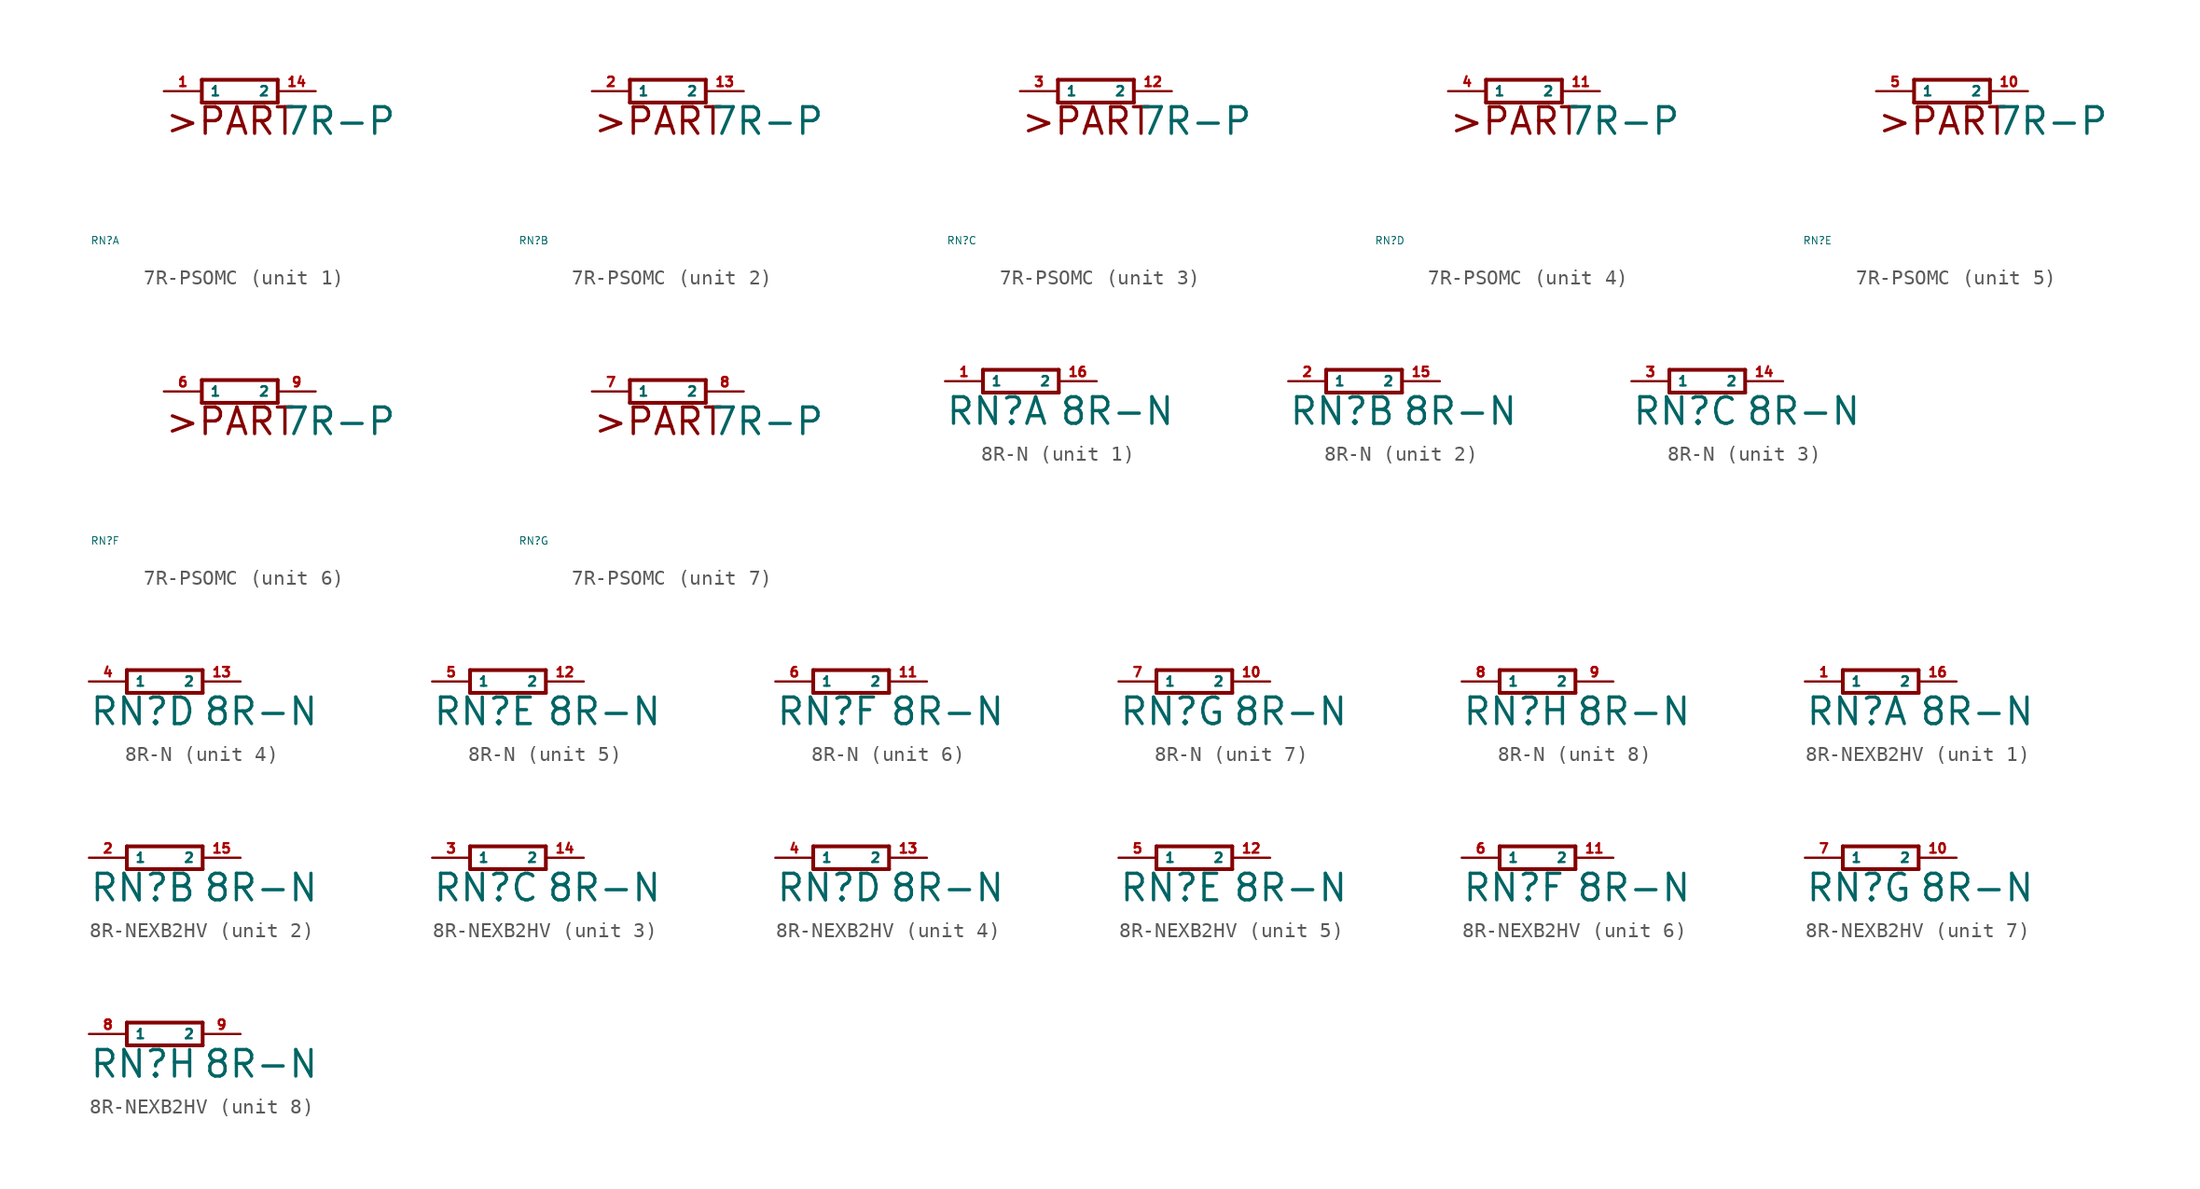
<source format=kicad_sym>
(kicad_symbol_lib
  (version 20220914)
  (generator Eagle2Kicad)
  (symbol "7R-PSOMC"
    (property "Reference" "RN"
      (at -10 -10 0)
      (effects (font (size 0.5 0.5) (thickness 0.06)) (justify left)))
    (property "Value" "7R-P"
      (at 2.794 -3.048 0)
      (effects (font (size 1.778 1.778) (thickness 0.22)) (justify left bottom)))
    (symbol "7R-PSOMC_1_0"
      (polyline (pts (xy -2.54 -0.762) (xy 2.54 -0.762)) (stroke (width 0.254) (type default)) (fill (type none)))
      (polyline (pts (xy 2.54 0.762) (xy -2.54 0.762)) (stroke (width 0.254) (type default)) (fill (type none)))
      (polyline (pts (xy 2.54 -0.762) (xy 2.54 0.762)) (stroke (width 0.254) (type default)) (fill (type none)))
      (polyline (pts (xy -2.54 0.762) (xy -2.54 -0.762)) (stroke (width 0.254) (type default)) (fill (type none)))
      (text ">PART" (at -5.08 -3.048 0) (effects (font (size 1.778 1.778) (thickness 0.22)) (justify left bottom)))
      (pin passive line (at -5.08 0 0) (length 2.54) (name "1" (effects (font (size 0.635 0.635) (thickness 0.08)) (justify left bottom))) (number "1" (effects (font (size 0.635 0.635) (thickness 0.08)) (justify left bottom))))
      (pin passive line (at 5.08 0 180) (length 2.54) (name "2" (effects (font (size 0.635 0.635) (thickness 0.08)) (justify left bottom))) (number "14" (effects (font (size 0.635 0.635) (thickness 0.08)) (justify left bottom)))))
    (symbol "7R-PSOMC_2_0"
      (polyline (pts (xy -2.54 -0.762) (xy 2.54 -0.762)) (stroke (width 0.254) (type default)) (fill (type none)))
      (polyline (pts (xy 2.54 0.762) (xy -2.54 0.762)) (stroke (width 0.254) (type default)) (fill (type none)))
      (polyline (pts (xy 2.54 -0.762) (xy 2.54 0.762)) (stroke (width 0.254) (type default)) (fill (type none)))
      (polyline (pts (xy -2.54 0.762) (xy -2.54 -0.762)) (stroke (width 0.254) (type default)) (fill (type none)))
      (text ">PART" (at -5.08 -3.048 0) (effects (font (size 1.778 1.778) (thickness 0.22)) (justify left bottom)))
      (pin passive line (at -5.08 0 0) (length 2.54) (name "1" (effects (font (size 0.635 0.635) (thickness 0.08)) (justify left bottom))) (number "2" (effects (font (size 0.635 0.635) (thickness 0.08)) (justify left bottom))))
      (pin passive line (at 5.08 0 180) (length 2.54) (name "2" (effects (font (size 0.635 0.635) (thickness 0.08)) (justify left bottom))) (number "13" (effects (font (size 0.635 0.635) (thickness 0.08)) (justify left bottom)))))
    (symbol "7R-PSOMC_3_0"
      (polyline (pts (xy -2.54 -0.762) (xy 2.54 -0.762)) (stroke (width 0.254) (type default)) (fill (type none)))
      (polyline (pts (xy 2.54 0.762) (xy -2.54 0.762)) (stroke (width 0.254) (type default)) (fill (type none)))
      (polyline (pts (xy 2.54 -0.762) (xy 2.54 0.762)) (stroke (width 0.254) (type default)) (fill (type none)))
      (polyline (pts (xy -2.54 0.762) (xy -2.54 -0.762)) (stroke (width 0.254) (type default)) (fill (type none)))
      (text ">PART" (at -5.08 -3.048 0) (effects (font (size 1.778 1.778) (thickness 0.22)) (justify left bottom)))
      (pin passive line (at -5.08 0 0) (length 2.54) (name "1" (effects (font (size 0.635 0.635) (thickness 0.08)) (justify left bottom))) (number "3" (effects (font (size 0.635 0.635) (thickness 0.08)) (justify left bottom))))
      (pin passive line (at 5.08 0 180) (length 2.54) (name "2" (effects (font (size 0.635 0.635) (thickness 0.08)) (justify left bottom))) (number "12" (effects (font (size 0.635 0.635) (thickness 0.08)) (justify left bottom)))))
    (symbol "7R-PSOMC_4_0"
      (polyline (pts (xy -2.54 -0.762) (xy 2.54 -0.762)) (stroke (width 0.254) (type default)) (fill (type none)))
      (polyline (pts (xy 2.54 0.762) (xy -2.54 0.762)) (stroke (width 0.254) (type default)) (fill (type none)))
      (polyline (pts (xy 2.54 -0.762) (xy 2.54 0.762)) (stroke (width 0.254) (type default)) (fill (type none)))
      (polyline (pts (xy -2.54 0.762) (xy -2.54 -0.762)) (stroke (width 0.254) (type default)) (fill (type none)))
      (text ">PART" (at -5.08 -3.048 0) (effects (font (size 1.778 1.778) (thickness 0.22)) (justify left bottom)))
      (pin passive line (at -5.08 0 0) (length 2.54) (name "1" (effects (font (size 0.635 0.635) (thickness 0.08)) (justify left bottom))) (number "4" (effects (font (size 0.635 0.635) (thickness 0.08)) (justify left bottom))))
      (pin passive line (at 5.08 0 180) (length 2.54) (name "2" (effects (font (size 0.635 0.635) (thickness 0.08)) (justify left bottom))) (number "11" (effects (font (size 0.635 0.635) (thickness 0.08)) (justify left bottom)))))
    (symbol "7R-PSOMC_5_0"
      (polyline (pts (xy -2.54 -0.762) (xy 2.54 -0.762)) (stroke (width 0.254) (type default)) (fill (type none)))
      (polyline (pts (xy 2.54 0.762) (xy -2.54 0.762)) (stroke (width 0.254) (type default)) (fill (type none)))
      (polyline (pts (xy 2.54 -0.762) (xy 2.54 0.762)) (stroke (width 0.254) (type default)) (fill (type none)))
      (polyline (pts (xy -2.54 0.762) (xy -2.54 -0.762)) (stroke (width 0.254) (type default)) (fill (type none)))
      (text ">PART" (at -5.08 -3.048 0) (effects (font (size 1.778 1.778) (thickness 0.22)) (justify left bottom)))
      (pin passive line (at -5.08 0 0) (length 2.54) (name "1" (effects (font (size 0.635 0.635) (thickness 0.08)) (justify left bottom))) (number "5" (effects (font (size 0.635 0.635) (thickness 0.08)) (justify left bottom))))
      (pin passive line (at 5.08 0 180) (length 2.54) (name "2" (effects (font (size 0.635 0.635) (thickness 0.08)) (justify left bottom))) (number "10" (effects (font (size 0.635 0.635) (thickness 0.08)) (justify left bottom)))))
    (symbol "7R-PSOMC_6_0"
      (polyline (pts (xy -2.54 -0.762) (xy 2.54 -0.762)) (stroke (width 0.254) (type default)) (fill (type none)))
      (polyline (pts (xy 2.54 0.762) (xy -2.54 0.762)) (stroke (width 0.254) (type default)) (fill (type none)))
      (polyline (pts (xy 2.54 -0.762) (xy 2.54 0.762)) (stroke (width 0.254) (type default)) (fill (type none)))
      (polyline (pts (xy -2.54 0.762) (xy -2.54 -0.762)) (stroke (width 0.254) (type default)) (fill (type none)))
      (text ">PART" (at -5.08 -3.048 0) (effects (font (size 1.778 1.778) (thickness 0.22)) (justify left bottom)))
      (pin passive line (at -5.08 0 0) (length 2.54) (name "1" (effects (font (size 0.635 0.635) (thickness 0.08)) (justify left bottom))) (number "6" (effects (font (size 0.635 0.635) (thickness 0.08)) (justify left bottom))))
      (pin passive line (at 5.08 0 180) (length 2.54) (name "2" (effects (font (size 0.635 0.635) (thickness 0.08)) (justify left bottom))) (number "9" (effects (font (size 0.635 0.635) (thickness 0.08)) (justify left bottom)))))
    (symbol "7R-PSOMC_7_0"
      (polyline (pts (xy -2.54 -0.762) (xy 2.54 -0.762)) (stroke (width 0.254) (type default)) (fill (type none)))
      (polyline (pts (xy 2.54 0.762) (xy -2.54 0.762)) (stroke (width 0.254) (type default)) (fill (type none)))
      (polyline (pts (xy 2.54 -0.762) (xy 2.54 0.762)) (stroke (width 0.254) (type default)) (fill (type none)))
      (polyline (pts (xy -2.54 0.762) (xy -2.54 -0.762)) (stroke (width 0.254) (type default)) (fill (type none)))
      (text ">PART" (at -5.08 -3.048 0) (effects (font (size 1.778 1.778) (thickness 0.22)) (justify left bottom)))
      (pin passive line (at -5.08 0 0) (length 2.54) (name "1" (effects (font (size 0.635 0.635) (thickness 0.08)) (justify left bottom))) (number "7" (effects (font (size 0.635 0.635) (thickness 0.08)) (justify left bottom))))
      (pin passive line (at 5.08 0 180) (length 2.54) (name "2" (effects (font (size 0.635 0.635) (thickness 0.08)) (justify left bottom))) (number "8" (effects (font (size 0.635 0.635) (thickness 0.08)) (justify left bottom))))))
  (symbol "8R-N"
    (property "Reference" "RN"
      (at -5.08 -3.048 0)
      (effects (font (size 1.778 1.778) (thickness 0.22)) (justify left bottom)))
    (property "Value" "8R-N"
      (at 2.54 -3.048 0)
      (effects (font (size 1.778 1.778) (thickness 0.22)) (justify left bottom)))
    (symbol "8R-N_1_0"
      (polyline (pts (xy -2.54 -0.762) (xy 2.54 -0.762)) (stroke (width 0.254) (type default)) (fill (type none)))
      (polyline (pts (xy 2.54 0.762) (xy -2.54 0.762)) (stroke (width 0.254) (type default)) (fill (type none)))
      (polyline (pts (xy 2.54 -0.762) (xy 2.54 0.762)) (stroke (width 0.254) (type default)) (fill (type none)))
      (polyline (pts (xy -2.54 0.762) (xy -2.54 -0.762)) (stroke (width 0.254) (type default)) (fill (type none)))
      (pin passive line (at -5.08 0 0) (length 2.54) (name "1" (effects (font (size 0.635 0.635) (thickness 0.08)) (justify left bottom))) (number "1" (effects (font (size 0.635 0.635) (thickness 0.08)) (justify left bottom))))
      (pin passive line (at 5.08 0 180) (length 2.54) (name "2" (effects (font (size 0.635 0.635) (thickness 0.08)) (justify left bottom))) (number "16" (effects (font (size 0.635 0.635) (thickness 0.08)) (justify left bottom)))))
    (symbol "8R-N_2_0"
      (polyline (pts (xy -2.54 -0.762) (xy 2.54 -0.762)) (stroke (width 0.254) (type default)) (fill (type none)))
      (polyline (pts (xy 2.54 0.762) (xy -2.54 0.762)) (stroke (width 0.254) (type default)) (fill (type none)))
      (polyline (pts (xy 2.54 -0.762) (xy 2.54 0.762)) (stroke (width 0.254) (type default)) (fill (type none)))
      (polyline (pts (xy -2.54 0.762) (xy -2.54 -0.762)) (stroke (width 0.254) (type default)) (fill (type none)))
      (pin passive line (at -5.08 0 0) (length 2.54) (name "1" (effects (font (size 0.635 0.635) (thickness 0.08)) (justify left bottom))) (number "2" (effects (font (size 0.635 0.635) (thickness 0.08)) (justify left bottom))))
      (pin passive line (at 5.08 0 180) (length 2.54) (name "2" (effects (font (size 0.635 0.635) (thickness 0.08)) (justify left bottom))) (number "15" (effects (font (size 0.635 0.635) (thickness 0.08)) (justify left bottom)))))
    (symbol "8R-N_3_0"
      (polyline (pts (xy -2.54 -0.762) (xy 2.54 -0.762)) (stroke (width 0.254) (type default)) (fill (type none)))
      (polyline (pts (xy 2.54 0.762) (xy -2.54 0.762)) (stroke (width 0.254) (type default)) (fill (type none)))
      (polyline (pts (xy 2.54 -0.762) (xy 2.54 0.762)) (stroke (width 0.254) (type default)) (fill (type none)))
      (polyline (pts (xy -2.54 0.762) (xy -2.54 -0.762)) (stroke (width 0.254) (type default)) (fill (type none)))
      (pin passive line (at -5.08 0 0) (length 2.54) (name "1" (effects (font (size 0.635 0.635) (thickness 0.08)) (justify left bottom))) (number "3" (effects (font (size 0.635 0.635) (thickness 0.08)) (justify left bottom))))
      (pin passive line (at 5.08 0 180) (length 2.54) (name "2" (effects (font (size 0.635 0.635) (thickness 0.08)) (justify left bottom))) (number "14" (effects (font (size 0.635 0.635) (thickness 0.08)) (justify left bottom)))))
    (symbol "8R-N_4_0"
      (polyline (pts (xy -2.54 -0.762) (xy 2.54 -0.762)) (stroke (width 0.254) (type default)) (fill (type none)))
      (polyline (pts (xy 2.54 0.762) (xy -2.54 0.762)) (stroke (width 0.254) (type default)) (fill (type none)))
      (polyline (pts (xy 2.54 -0.762) (xy 2.54 0.762)) (stroke (width 0.254) (type default)) (fill (type none)))
      (polyline (pts (xy -2.54 0.762) (xy -2.54 -0.762)) (stroke (width 0.254) (type default)) (fill (type none)))
      (pin passive line (at -5.08 0 0) (length 2.54) (name "1" (effects (font (size 0.635 0.635) (thickness 0.08)) (justify left bottom))) (number "4" (effects (font (size 0.635 0.635) (thickness 0.08)) (justify left bottom))))
      (pin passive line (at 5.08 0 180) (length 2.54) (name "2" (effects (font (size 0.635 0.635) (thickness 0.08)) (justify left bottom))) (number "13" (effects (font (size 0.635 0.635) (thickness 0.08)) (justify left bottom)))))
    (symbol "8R-N_5_0"
      (polyline (pts (xy -2.54 -0.762) (xy 2.54 -0.762)) (stroke (width 0.254) (type default)) (fill (type none)))
      (polyline (pts (xy 2.54 0.762) (xy -2.54 0.762)) (stroke (width 0.254) (type default)) (fill (type none)))
      (polyline (pts (xy 2.54 -0.762) (xy 2.54 0.762)) (stroke (width 0.254) (type default)) (fill (type none)))
      (polyline (pts (xy -2.54 0.762) (xy -2.54 -0.762)) (stroke (width 0.254) (type default)) (fill (type none)))
      (pin passive line (at -5.08 0 0) (length 2.54) (name "1" (effects (font (size 0.635 0.635) (thickness 0.08)) (justify left bottom))) (number "5" (effects (font (size 0.635 0.635) (thickness 0.08)) (justify left bottom))))
      (pin passive line (at 5.08 0 180) (length 2.54) (name "2" (effects (font (size 0.635 0.635) (thickness 0.08)) (justify left bottom))) (number "12" (effects (font (size 0.635 0.635) (thickness 0.08)) (justify left bottom)))))
    (symbol "8R-N_6_0"
      (polyline (pts (xy -2.54 -0.762) (xy 2.54 -0.762)) (stroke (width 0.254) (type default)) (fill (type none)))
      (polyline (pts (xy 2.54 0.762) (xy -2.54 0.762)) (stroke (width 0.254) (type default)) (fill (type none)))
      (polyline (pts (xy 2.54 -0.762) (xy 2.54 0.762)) (stroke (width 0.254) (type default)) (fill (type none)))
      (polyline (pts (xy -2.54 0.762) (xy -2.54 -0.762)) (stroke (width 0.254) (type default)) (fill (type none)))
      (pin passive line (at -5.08 0 0) (length 2.54) (name "1" (effects (font (size 0.635 0.635) (thickness 0.08)) (justify left bottom))) (number "6" (effects (font (size 0.635 0.635) (thickness 0.08)) (justify left bottom))))
      (pin passive line (at 5.08 0 180) (length 2.54) (name "2" (effects (font (size 0.635 0.635) (thickness 0.08)) (justify left bottom))) (number "11" (effects (font (size 0.635 0.635) (thickness 0.08)) (justify left bottom)))))
    (symbol "8R-N_7_0"
      (polyline (pts (xy -2.54 -0.762) (xy 2.54 -0.762)) (stroke (width 0.254) (type default)) (fill (type none)))
      (polyline (pts (xy 2.54 0.762) (xy -2.54 0.762)) (stroke (width 0.254) (type default)) (fill (type none)))
      (polyline (pts (xy 2.54 -0.762) (xy 2.54 0.762)) (stroke (width 0.254) (type default)) (fill (type none)))
      (polyline (pts (xy -2.54 0.762) (xy -2.54 -0.762)) (stroke (width 0.254) (type default)) (fill (type none)))
      (pin passive line (at -5.08 0 0) (length 2.54) (name "1" (effects (font (size 0.635 0.635) (thickness 0.08)) (justify left bottom))) (number "7" (effects (font (size 0.635 0.635) (thickness 0.08)) (justify left bottom))))
      (pin passive line (at 5.08 0 180) (length 2.54) (name "2" (effects (font (size 0.635 0.635) (thickness 0.08)) (justify left bottom))) (number "10" (effects (font (size 0.635 0.635) (thickness 0.08)) (justify left bottom)))))
    (symbol "8R-N_8_0"
      (polyline (pts (xy -2.54 -0.762) (xy 2.54 -0.762)) (stroke (width 0.254) (type default)) (fill (type none)))
      (polyline (pts (xy 2.54 0.762) (xy -2.54 0.762)) (stroke (width 0.254) (type default)) (fill (type none)))
      (polyline (pts (xy 2.54 -0.762) (xy 2.54 0.762)) (stroke (width 0.254) (type default)) (fill (type none)))
      (polyline (pts (xy -2.54 0.762) (xy -2.54 -0.762)) (stroke (width 0.254) (type default)) (fill (type none)))
      (pin passive line (at -5.08 0 0) (length 2.54) (name "1" (effects (font (size 0.635 0.635) (thickness 0.08)) (justify left bottom))) (number "8" (effects (font (size 0.635 0.635) (thickness 0.08)) (justify left bottom))))
      (pin passive line (at 5.08 0 180) (length 2.54) (name "2" (effects (font (size 0.635 0.635) (thickness 0.08)) (justify left bottom))) (number "9" (effects (font (size 0.635 0.635) (thickness 0.08)) (justify left bottom))))))
  (symbol "8R-NEXB2HV"
    (property "Reference" "RN"
      (at -5.08 -3.048 0)
      (effects (font (size 1.778 1.778) (thickness 0.22)) (justify left bottom)))
    (property "Value" "8R-N"
      (at 2.54 -3.048 0)
      (effects (font (size 1.778 1.778) (thickness 0.22)) (justify left bottom)))
    (symbol "8R-NEXB2HV_1_0"
      (polyline (pts (xy -2.54 -0.762) (xy 2.54 -0.762)) (stroke (width 0.254) (type default)) (fill (type none)))
      (polyline (pts (xy 2.54 0.762) (xy -2.54 0.762)) (stroke (width 0.254) (type default)) (fill (type none)))
      (polyline (pts (xy 2.54 -0.762) (xy 2.54 0.762)) (stroke (width 0.254) (type default)) (fill (type none)))
      (polyline (pts (xy -2.54 0.762) (xy -2.54 -0.762)) (stroke (width 0.254) (type default)) (fill (type none)))
      (pin passive line (at -5.08 0 0) (length 2.54) (name "1" (effects (font (size 0.635 0.635) (thickness 0.08)) (justify left bottom))) (number "1" (effects (font (size 0.635 0.635) (thickness 0.08)) (justify left bottom))))
      (pin passive line (at 5.08 0 180) (length 2.54) (name "2" (effects (font (size 0.635 0.635) (thickness 0.08)) (justify left bottom))) (number "16" (effects (font (size 0.635 0.635) (thickness 0.08)) (justify left bottom)))))
    (symbol "8R-NEXB2HV_2_0"
      (polyline (pts (xy -2.54 -0.762) (xy 2.54 -0.762)) (stroke (width 0.254) (type default)) (fill (type none)))
      (polyline (pts (xy 2.54 0.762) (xy -2.54 0.762)) (stroke (width 0.254) (type default)) (fill (type none)))
      (polyline (pts (xy 2.54 -0.762) (xy 2.54 0.762)) (stroke (width 0.254) (type default)) (fill (type none)))
      (polyline (pts (xy -2.54 0.762) (xy -2.54 -0.762)) (stroke (width 0.254) (type default)) (fill (type none)))
      (pin passive line (at -5.08 0 0) (length 2.54) (name "1" (effects (font (size 0.635 0.635) (thickness 0.08)) (justify left bottom))) (number "2" (effects (font (size 0.635 0.635) (thickness 0.08)) (justify left bottom))))
      (pin passive line (at 5.08 0 180) (length 2.54) (name "2" (effects (font (size 0.635 0.635) (thickness 0.08)) (justify left bottom))) (number "15" (effects (font (size 0.635 0.635) (thickness 0.08)) (justify left bottom)))))
    (symbol "8R-NEXB2HV_3_0"
      (polyline (pts (xy -2.54 -0.762) (xy 2.54 -0.762)) (stroke (width 0.254) (type default)) (fill (type none)))
      (polyline (pts (xy 2.54 0.762) (xy -2.54 0.762)) (stroke (width 0.254) (type default)) (fill (type none)))
      (polyline (pts (xy 2.54 -0.762) (xy 2.54 0.762)) (stroke (width 0.254) (type default)) (fill (type none)))
      (polyline (pts (xy -2.54 0.762) (xy -2.54 -0.762)) (stroke (width 0.254) (type default)) (fill (type none)))
      (pin passive line (at -5.08 0 0) (length 2.54) (name "1" (effects (font (size 0.635 0.635) (thickness 0.08)) (justify left bottom))) (number "3" (effects (font (size 0.635 0.635) (thickness 0.08)) (justify left bottom))))
      (pin passive line (at 5.08 0 180) (length 2.54) (name "2" (effects (font (size 0.635 0.635) (thickness 0.08)) (justify left bottom))) (number "14" (effects (font (size 0.635 0.635) (thickness 0.08)) (justify left bottom)))))
    (symbol "8R-NEXB2HV_4_0"
      (polyline (pts (xy -2.54 -0.762) (xy 2.54 -0.762)) (stroke (width 0.254) (type default)) (fill (type none)))
      (polyline (pts (xy 2.54 0.762) (xy -2.54 0.762)) (stroke (width 0.254) (type default)) (fill (type none)))
      (polyline (pts (xy 2.54 -0.762) (xy 2.54 0.762)) (stroke (width 0.254) (type default)) (fill (type none)))
      (polyline (pts (xy -2.54 0.762) (xy -2.54 -0.762)) (stroke (width 0.254) (type default)) (fill (type none)))
      (pin passive line (at -5.08 0 0) (length 2.54) (name "1" (effects (font (size 0.635 0.635) (thickness 0.08)) (justify left bottom))) (number "4" (effects (font (size 0.635 0.635) (thickness 0.08)) (justify left bottom))))
      (pin passive line (at 5.08 0 180) (length 2.54) (name "2" (effects (font (size 0.635 0.635) (thickness 0.08)) (justify left bottom))) (number "13" (effects (font (size 0.635 0.635) (thickness 0.08)) (justify left bottom)))))
    (symbol "8R-NEXB2HV_5_0"
      (polyline (pts (xy -2.54 -0.762) (xy 2.54 -0.762)) (stroke (width 0.254) (type default)) (fill (type none)))
      (polyline (pts (xy 2.54 0.762) (xy -2.54 0.762)) (stroke (width 0.254) (type default)) (fill (type none)))
      (polyline (pts (xy 2.54 -0.762) (xy 2.54 0.762)) (stroke (width 0.254) (type default)) (fill (type none)))
      (polyline (pts (xy -2.54 0.762) (xy -2.54 -0.762)) (stroke (width 0.254) (type default)) (fill (type none)))
      (pin passive line (at -5.08 0 0) (length 2.54) (name "1" (effects (font (size 0.635 0.635) (thickness 0.08)) (justify left bottom))) (number "5" (effects (font (size 0.635 0.635) (thickness 0.08)) (justify left bottom))))
      (pin passive line (at 5.08 0 180) (length 2.54) (name "2" (effects (font (size 0.635 0.635) (thickness 0.08)) (justify left bottom))) (number "12" (effects (font (size 0.635 0.635) (thickness 0.08)) (justify left bottom)))))
    (symbol "8R-NEXB2HV_6_0"
      (polyline (pts (xy -2.54 -0.762) (xy 2.54 -0.762)) (stroke (width 0.254) (type default)) (fill (type none)))
      (polyline (pts (xy 2.54 0.762) (xy -2.54 0.762)) (stroke (width 0.254) (type default)) (fill (type none)))
      (polyline (pts (xy 2.54 -0.762) (xy 2.54 0.762)) (stroke (width 0.254) (type default)) (fill (type none)))
      (polyline (pts (xy -2.54 0.762) (xy -2.54 -0.762)) (stroke (width 0.254) (type default)) (fill (type none)))
      (pin passive line (at -5.08 0 0) (length 2.54) (name "1" (effects (font (size 0.635 0.635) (thickness 0.08)) (justify left bottom))) (number "6" (effects (font (size 0.635 0.635) (thickness 0.08)) (justify left bottom))))
      (pin passive line (at 5.08 0 180) (length 2.54) (name "2" (effects (font (size 0.635 0.635) (thickness 0.08)) (justify left bottom))) (number "11" (effects (font (size 0.635 0.635) (thickness 0.08)) (justify left bottom)))))
    (symbol "8R-NEXB2HV_7_0"
      (polyline (pts (xy -2.54 -0.762) (xy 2.54 -0.762)) (stroke (width 0.254) (type default)) (fill (type none)))
      (polyline (pts (xy 2.54 0.762) (xy -2.54 0.762)) (stroke (width 0.254) (type default)) (fill (type none)))
      (polyline (pts (xy 2.54 -0.762) (xy 2.54 0.762)) (stroke (width 0.254) (type default)) (fill (type none)))
      (polyline (pts (xy -2.54 0.762) (xy -2.54 -0.762)) (stroke (width 0.254) (type default)) (fill (type none)))
      (pin passive line (at -5.08 0 0) (length 2.54) (name "1" (effects (font (size 0.635 0.635) (thickness 0.08)) (justify left bottom))) (number "7" (effects (font (size 0.635 0.635) (thickness 0.08)) (justify left bottom))))
      (pin passive line (at 5.08 0 180) (length 2.54) (name "2" (effects (font (size 0.635 0.635) (thickness 0.08)) (justify left bottom))) (number "10" (effects (font (size 0.635 0.635) (thickness 0.08)) (justify left bottom)))))
    (symbol "8R-NEXB2HV_8_0"
      (polyline (pts (xy -2.54 -0.762) (xy 2.54 -0.762)) (stroke (width 0.254) (type default)) (fill (type none)))
      (polyline (pts (xy 2.54 0.762) (xy -2.54 0.762)) (stroke (width 0.254) (type default)) (fill (type none)))
      (polyline (pts (xy 2.54 -0.762) (xy 2.54 0.762)) (stroke (width 0.254) (type default)) (fill (type none)))
      (polyline (pts (xy -2.54 0.762) (xy -2.54 -0.762)) (stroke (width 0.254) (type default)) (fill (type none)))
      (pin passive line (at -5.08 0 0) (length 2.54) (name "1" (effects (font (size 0.635 0.635) (thickness 0.08)) (justify left bottom))) (number "8" (effects (font (size 0.635 0.635) (thickness 0.08)) (justify left bottom))))
      (pin passive line (at 5.08 0 180) (length 2.54) (name "2" (effects (font (size 0.635 0.635) (thickness 0.08)) (justify left bottom))) (number "9" (effects (font (size 0.635 0.635) (thickness 0.08)) (justify left bottom)))))))
</source>
